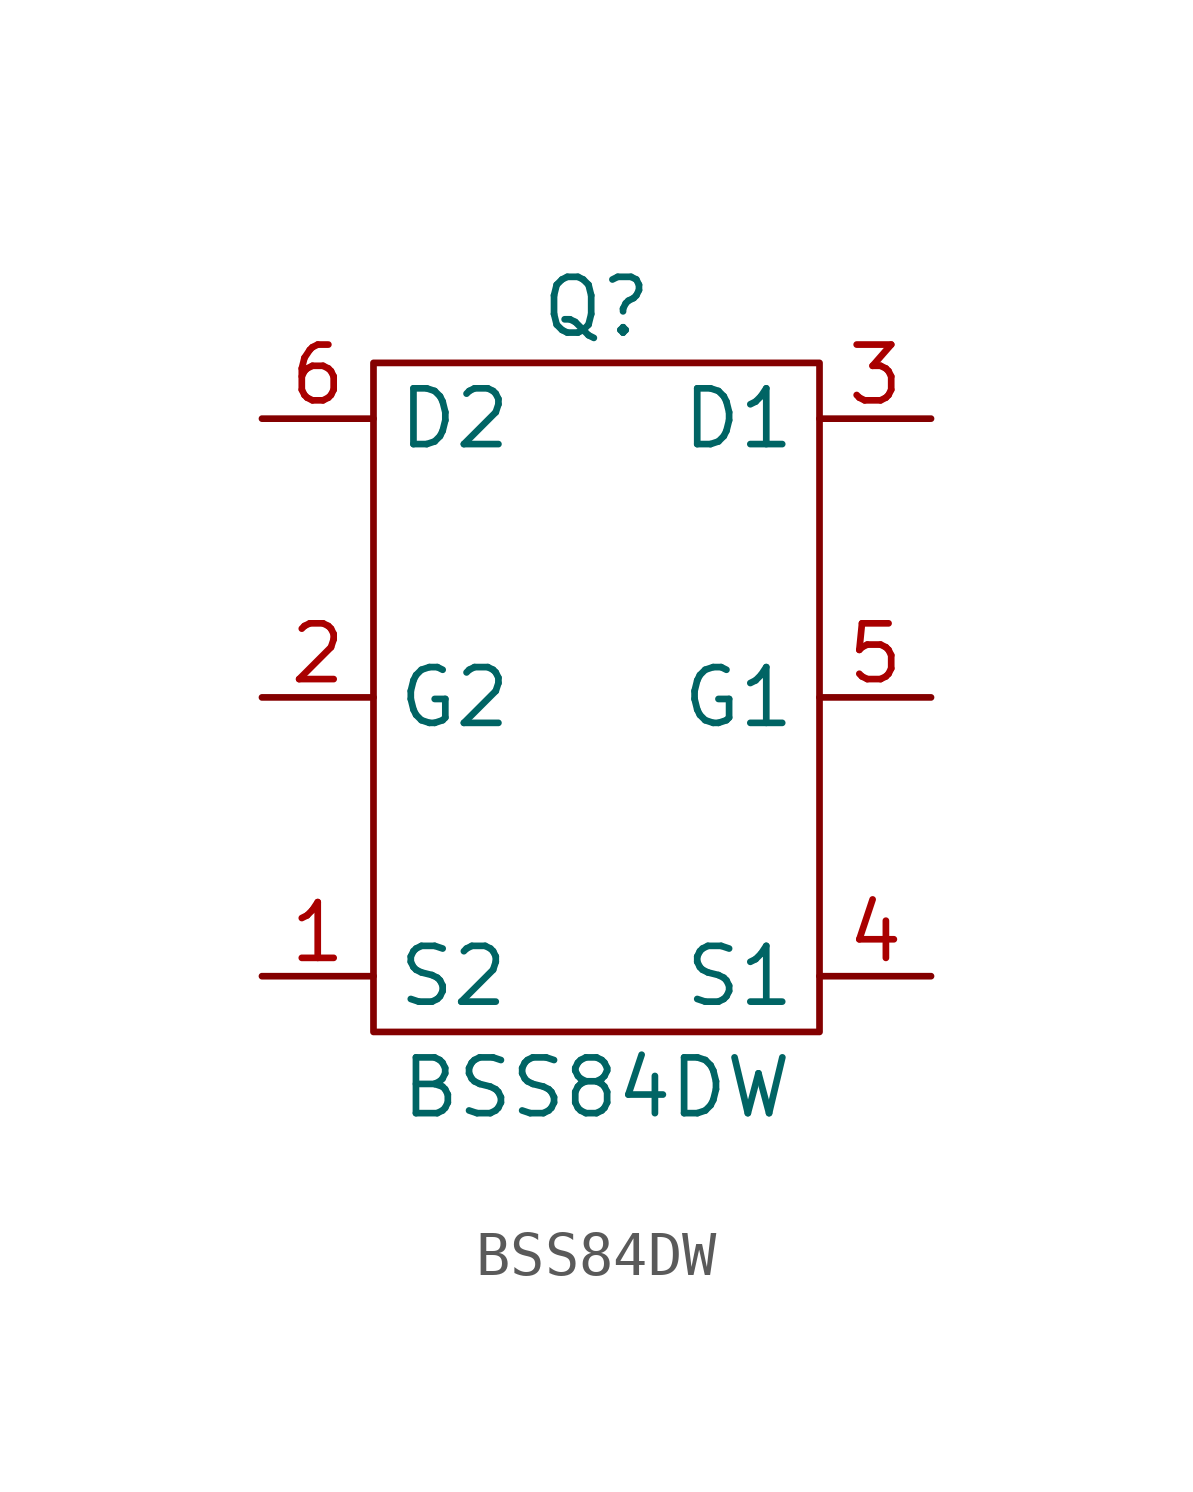
<source format=kicad_sym>
(kicad_symbol_lib
  (version 20211014)
  (generator kicad_symbol_editor)
  (symbol "BSS84DW"
    (property "Reference" "Q"
      (at -2.54 10.16 0)
      (effects (font (size 1.27 1.27))))
    (property "Value" "BSS84DW"
      (at -2.54 -7.62 0)
      (effects (font (size 1.27 1.27))))
    (symbol "BSS84DW_0_0"
      (pin bidirectional line (at -10.16 -5.08 0) (length 2.54) (name "S2" (effects (font (size 1.27 1.27)))) (number "1" (effects (font (size 1.27 1.27)))))
      (pin bidirectional line (at -10.16 1.27 0) (length 2.54) (name "G2" (effects (font (size 1.27 1.27)))) (number "2" (effects (font (size 1.27 1.27)))))
      (pin bidirectional line (at 5.08 7.62 180) (length 2.54) (name "D1" (effects (font (size 1.27 1.27)))) (number "3" (effects (font (size 1.27 1.27)))))
      (pin bidirectional line (at 5.08 -5.08 180) (length 2.54) (name "S1" (effects (font (size 1.27 1.27)))) (number "4" (effects (font (size 1.27 1.27)))))
      (pin bidirectional line (at 5.08 1.27 180) (length 2.54) (name "G1" (effects (font (size 1.27 1.27)))) (number "5" (effects (font (size 1.27 1.27)))))
      (pin bidirectional line (at -10.16 7.62 0) (length 2.54) (name "D2" (effects (font (size 1.27 1.27)))) (number "6" (effects (font (size 1.27 1.27))))))
    (symbol "BSS84DW_0_1"
      (rectangle (start -7.62 8.89) (end 2.54 -6.35) (stroke (width 0) (type default) (color 0 0 0 0)) (fill (type none))))))
</source>
